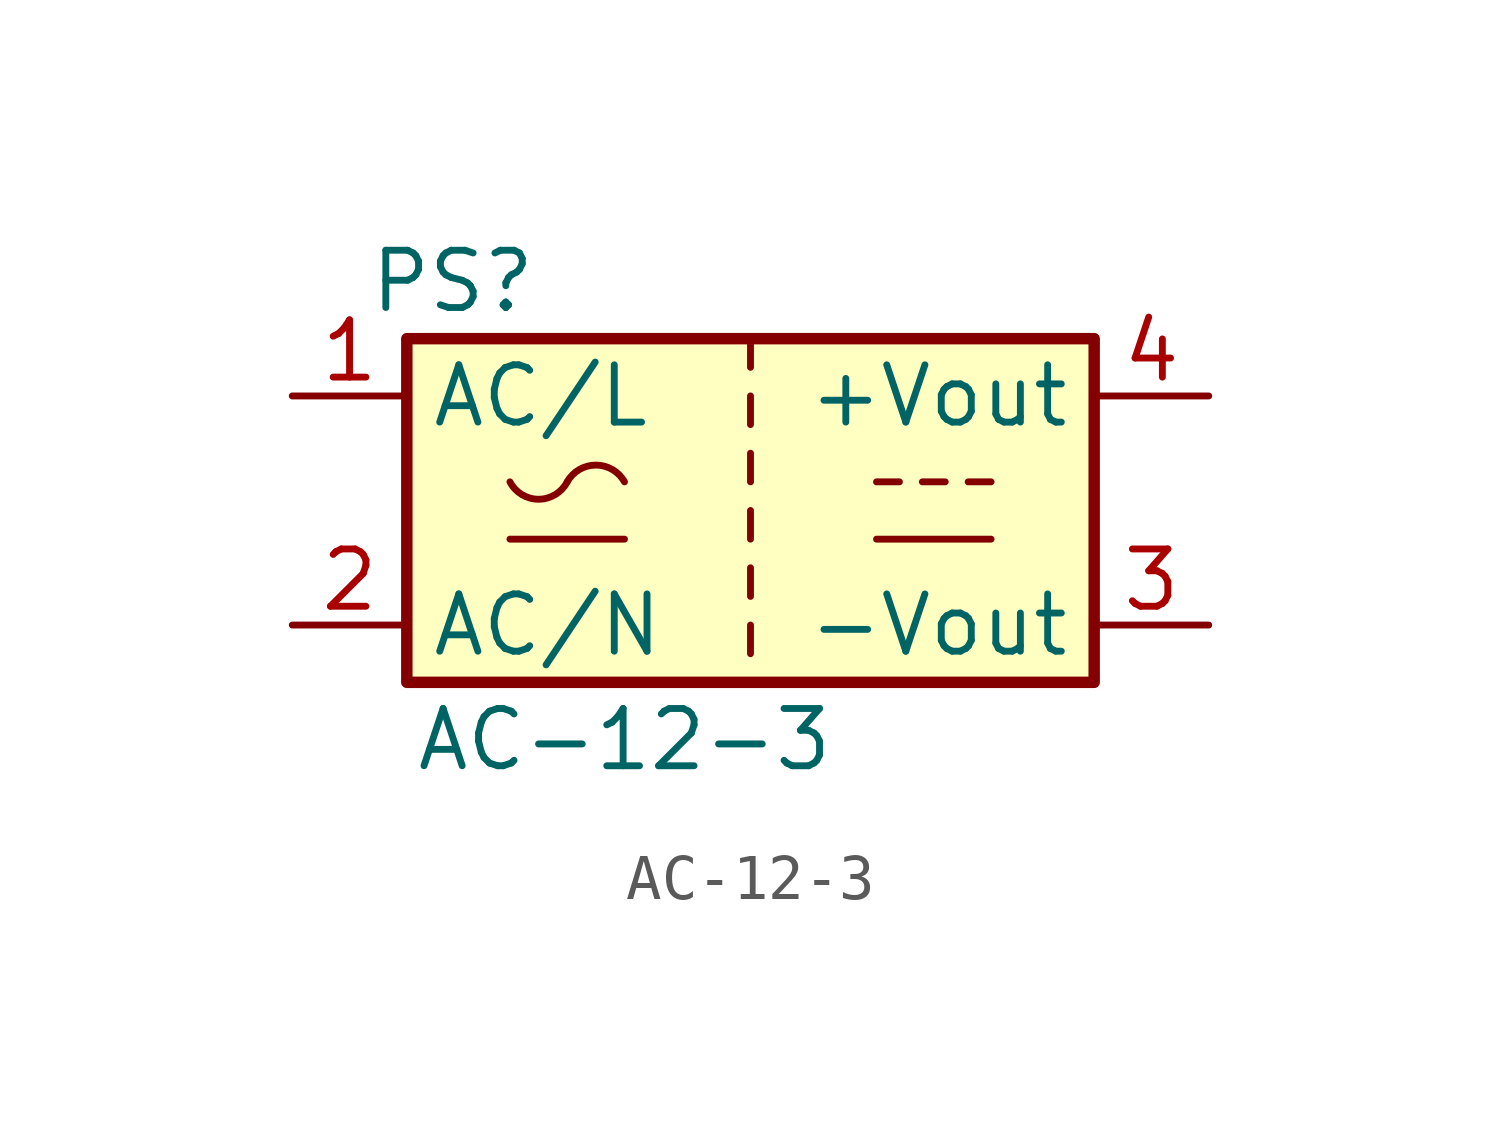
<source format=kicad_sym>
(kicad_symbol_lib
  (version 20231120)
  (generator "kicad_symbol_editor")
  (generator_version "8.0")
  (symbol "AC-12-3"
    (property "Reference" "PS"
      (at -6.604 5.08 0)
      (effects (font (size 1.27 1.27))))
    (property "Value" "AC-12-3"
      (at -2.794 -5.08 0)
      (effects (font (size 1.27 1.27))))
    (symbol "AC-12-3_0_1"
      (rectangle (start -7.62 3.81) (end 7.62 -3.81) (stroke (width 0.254) (type default)) (fill (type background)))
      (arc (start -5.334 0.635) (mid -4.699 0.2495) (end -4.064 0.635) (stroke (width 0) (type default)) (fill (type none)))
      (arc (start -2.794 0.635) (mid -3.429 1.0072) (end -4.064 0.635) (stroke (width 0) (type default)) (fill (type none)))
      (polyline (pts (xy -5.334 -0.635) (xy -2.794 -0.635)) (stroke (width 0) (type default)) (fill (type none)))
      (polyline (pts (xy 0 -2.54) (xy 0 -3.175)) (stroke (width 0) (type default)) (fill (type none)))
      (polyline (pts (xy 0 -1.27) (xy 0 -1.905)) (stroke (width 0) (type default)) (fill (type none)))
      (polyline (pts (xy 0 0) (xy 0 -0.635)) (stroke (width 0) (type default)) (fill (type none)))
      (polyline (pts (xy 0 1.27) (xy 0 0.635)) (stroke (width 0) (type default)) (fill (type none)))
      (polyline (pts (xy 0 2.54) (xy 0 1.905)) (stroke (width 0) (type default)) (fill (type none)))
      (polyline (pts (xy 0 3.81) (xy 0 3.175)) (stroke (width 0) (type default)) (fill (type none)))
      (polyline (pts (xy 2.794 -0.635) (xy 5.334 -0.635)) (stroke (width 0) (type default)) (fill (type none)))
      (polyline (pts (xy 2.794 0.635) (xy 3.302 0.635)) (stroke (width 0) (type default)) (fill (type none)))
      (polyline (pts (xy 3.81 0.635) (xy 4.318 0.635)) (stroke (width 0) (type default)) (fill (type none)))
      (polyline (pts (xy 4.826 0.635) (xy 5.334 0.635)) (stroke (width 0) (type default)) (fill (type none))))
    (symbol "AC-12-3_1_1"
      (pin power_in line (at -10.16 2.54 0) (length 2.54) (name "AC/L" (effects (font (size 1.27 1.27)))) (number "1" (effects (font (size 1.27 1.27)))))
      (pin power_in line (at -10.16 -2.54 0) (length 2.54) (name "AC/N" (effects (font (size 1.27 1.27)))) (number "2" (effects (font (size 1.27 1.27)))))
      (pin power_out line (at 10.16 -2.54 180) (length 2.54) (name "-Vout" (effects (font (size 1.27 1.27)))) (number "3" (effects (font (size 1.27 1.27)))))
      (pin power_out line (at 10.16 2.54 180) (length 2.54) (name "+Vout" (effects (font (size 1.27 1.27)))) (number "4" (effects (font (size 1.27 1.27))))))))
</source>
